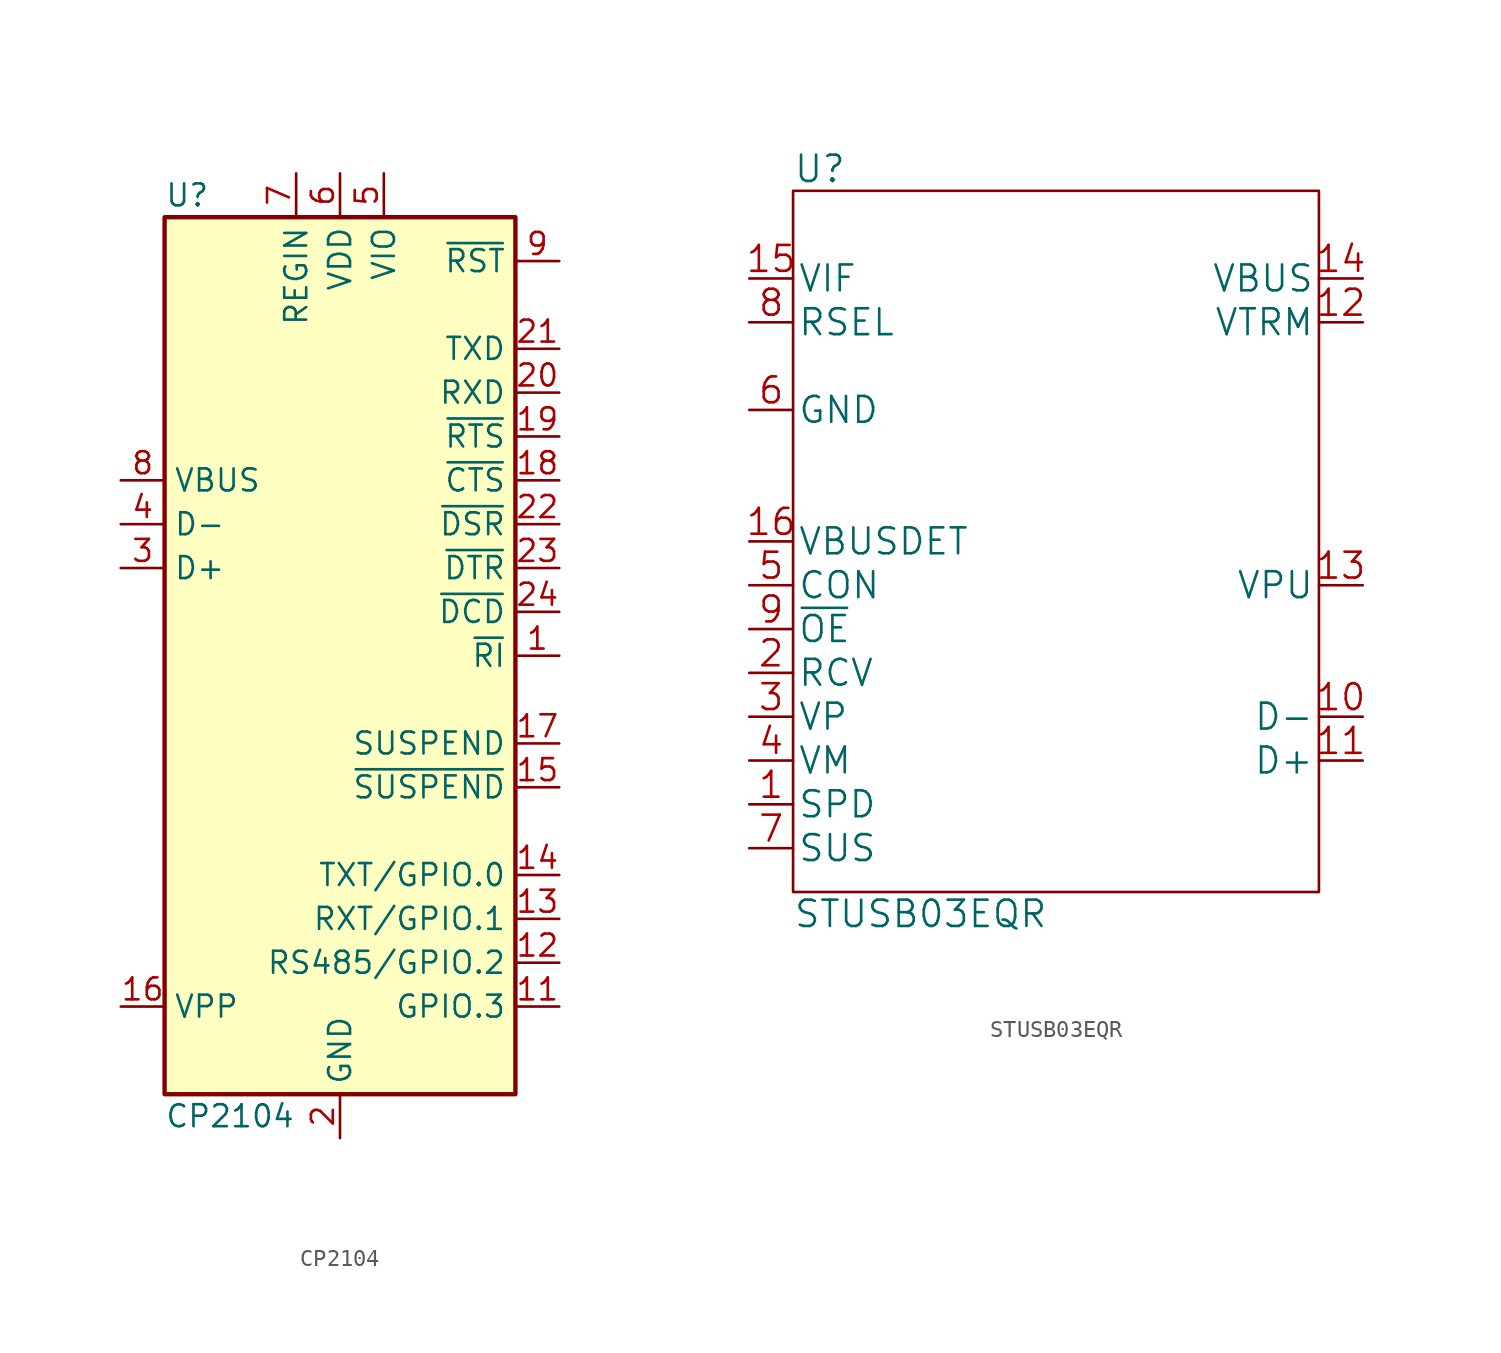
<source format=kicad_sym>
(kicad_symbol_lib
  (version 20220914)
  (generator kicad_symbol_editor)
  (symbol "CP2104"
    (property "Reference" "U"
      (at 0 1.27 0)
      (effects (font (size 1.27 1.27)) (justify left)))
    (property "Value" "CP2104"
      (at 0 -52.07 0)
      (effects (font (size 1.27 1.27)) (justify left)))
    (symbol "CP2104_1_1"
      (rectangle (start 0 0) (end 20.32 -50.8) (stroke (width 0.254) (type default)) (fill (type background)))
      (pin input line (at 22.86 -25.4 180) (length 2.54) (name "~{RI}" (effects (font (size 1.27 1.27)))) (number "1" (effects (font (size 1.27 1.27)))))
      (pin no_connect line (at 22.86 -5.08 180) (length 2.54) hide (name "NC" (effects (font (size 1.27 1.27)))) (number "10" (effects (font (size 1.27 1.27)))))
      (pin bidirectional line (at 22.86 -45.72 180) (length 2.54) (name "GPIO.3" (effects (font (size 1.27 1.27)))) (number "11" (effects (font (size 1.27 1.27)))))
      (pin bidirectional line (at 22.86 -43.18 180) (length 2.54) (name "RS485/GPIO.2" (effects (font (size 1.27 1.27)))) (number "12" (effects (font (size 1.27 1.27)))))
      (pin bidirectional line (at 22.86 -40.64 180) (length 2.54) (name "RXT/GPIO.1" (effects (font (size 1.27 1.27)))) (number "13" (effects (font (size 1.27 1.27)))))
      (pin bidirectional line (at 22.86 -38.1 180) (length 2.54) (name "TXT/GPIO.0" (effects (font (size 1.27 1.27)))) (number "14" (effects (font (size 1.27 1.27)))))
      (pin output line (at 22.86 -33.02 180) (length 2.54) (name "~{SUSPEND}" (effects (font (size 1.27 1.27)))) (number "15" (effects (font (size 1.27 1.27)))))
      (pin passive line (at -2.54 -45.72 0) (length 2.54) (name "VPP" (effects (font (size 1.27 1.27)))) (number "16" (effects (font (size 1.27 1.27)))))
      (pin output line (at 22.86 -30.48 180) (length 2.54) (name "SUSPEND" (effects (font (size 1.27 1.27)))) (number "17" (effects (font (size 1.27 1.27)))))
      (pin input line (at 22.86 -15.24 180) (length 2.54) (name "~{CTS}" (effects (font (size 1.27 1.27)))) (number "18" (effects (font (size 1.27 1.27)))))
      (pin output line (at 22.86 -12.7 180) (length 2.54) (name "~{RTS}" (effects (font (size 1.27 1.27)))) (number "19" (effects (font (size 1.27 1.27)))))
      (pin power_in line (at 10.16 -53.34 90) (length 2.54) (name "GND" (effects (font (size 1.27 1.27)))) (number "2" (effects (font (size 1.27 1.27)))))
      (pin input line (at 22.86 -10.16 180) (length 2.54) (name "RXD" (effects (font (size 1.27 1.27)))) (number "20" (effects (font (size 1.27 1.27)))))
      (pin output line (at 22.86 -7.62 180) (length 2.54) (name "TXD" (effects (font (size 1.27 1.27)))) (number "21" (effects (font (size 1.27 1.27)))))
      (pin input line (at 22.86 -17.78 180) (length 2.54) (name "~{DSR}" (effects (font (size 1.27 1.27)))) (number "22" (effects (font (size 1.27 1.27)))))
      (pin output line (at 22.86 -20.32 180) (length 2.54) (name "~{DTR}" (effects (font (size 1.27 1.27)))) (number "23" (effects (font (size 1.27 1.27)))))
      (pin input line (at 22.86 -22.86 180) (length 2.54) (name "~{DCD}" (effects (font (size 1.27 1.27)))) (number "24" (effects (font (size 1.27 1.27)))))
      (pin passive line (at 10.16 -53.34 90) (length 2.54) hide (name "GND" (effects (font (size 1.27 1.27)))) (number "25" (effects (font (size 1.27 1.27)))))
      (pin bidirectional line (at -2.54 -20.32 0) (length 2.54) (name "D+" (effects (font (size 1.27 1.27)))) (number "3" (effects (font (size 1.27 1.27)))))
      (pin bidirectional line (at -2.54 -17.78 0) (length 2.54) (name "D-" (effects (font (size 1.27 1.27)))) (number "4" (effects (font (size 1.27 1.27)))))
      (pin power_in line (at 12.7 2.54 270) (length 2.54) (name "VIO" (effects (font (size 1.27 1.27)))) (number "5" (effects (font (size 1.27 1.27)))))
      (pin power_in line (at 10.16 2.54 270) (length 2.54) (name "VDD" (effects (font (size 1.27 1.27)))) (number "6" (effects (font (size 1.27 1.27)))))
      (pin power_in line (at 7.62 2.54 270) (length 2.54) (name "REGIN" (effects (font (size 1.27 1.27)))) (number "7" (effects (font (size 1.27 1.27)))))
      (pin input line (at -2.54 -15.24 0) (length 2.54) (name "VBUS" (effects (font (size 1.27 1.27)))) (number "8" (effects (font (size 1.27 1.27)))))
      (pin bidirectional line (at 22.86 -2.54 180) (length 2.54) (name "~{RST}" (effects (font (size 1.27 1.27)))) (number "9" (effects (font (size 1.27 1.27)))))))
  (symbol "STUSB03EQR"
    (pin_names
      (offset 0.254))
    (property "Reference" "U"
      (at 0 1.27 0)
      (effects (font (size 1.524 1.524)) (justify left)))
    (property "Value" "STUSB03EQR"
      (at 0 -41.91 0)
      (effects (font (size 1.524 1.524)) (justify left)))
    (symbol "STUSB03EQR_0_1"
      (rectangle (start 0 0) (end 30.48 -40.64) (stroke (width 0) (type default)) (fill (type none))))
    (symbol "STUSB03EQR_1_1"
      (pin input line (at -2.54 -35.56 0) (length 2.54) (name "SPD" (effects (font (size 1.499 1.499)))) (number "1" (effects (font (size 1.499 1.499)))))
      (pin tri_state line (at 33.02 -30.48 180) (length 2.54) (name "D-" (effects (font (size 1.499 1.499)))) (number "10" (effects (font (size 1.499 1.499)))))
      (pin tri_state line (at 33.02 -33.02 180) (length 2.54) (name "D+" (effects (font (size 1.499 1.499)))) (number "11" (effects (font (size 1.499 1.499)))))
      (pin power_out line (at 33.02 -7.62 180) (length 2.54) (name "VTRM" (effects (font (size 1.499 1.499)))) (number "12" (effects (font (size 1.499 1.499)))))
      (pin power_out line (at 33.02 -22.86 180) (length 2.54) (name "VPU" (effects (font (size 1.499 1.499)))) (number "13" (effects (font (size 1.499 1.499)))))
      (pin power_in line (at 33.02 -5.08 180) (length 2.54) (name "VBUS" (effects (font (size 1.499 1.499)))) (number "14" (effects (font (size 1.499 1.499)))))
      (pin power_in line (at -2.54 -5.08 0) (length 2.54) (name "VIF" (effects (font (size 1.499 1.499)))) (number "15" (effects (font (size 1.499 1.499)))))
      (pin output line (at -2.54 -20.32 0) (length 2.54) (name "VBUSDET" (effects (font (size 1.499 1.499)))) (number "16" (effects (font (size 1.499 1.499)))))
      (pin no_connect line (at 33.02 -38.1 180) (length 2.54) hide (name "NC" (effects (font (size 1.499 1.499)))) (number "17" (effects (font (size 1.499 1.499)))))
      (pin output line (at -2.54 -27.94 0) (length 2.54) (name "RCV" (effects (font (size 1.499 1.499)))) (number "2" (effects (font (size 1.499 1.499)))))
      (pin bidirectional line (at -2.54 -30.48 0) (length 2.54) (name "VP" (effects (font (size 1.499 1.499)))) (number "3" (effects (font (size 1.499 1.499)))))
      (pin bidirectional line (at -2.54 -33.02 0) (length 2.54) (name "VM" (effects (font (size 1.499 1.499)))) (number "4" (effects (font (size 1.499 1.499)))))
      (pin input line (at -2.54 -22.86 0) (length 2.54) (name "CON" (effects (font (size 1.499 1.499)))) (number "5" (effects (font (size 1.499 1.499)))))
      (pin power_in line (at -2.54 -12.7 0) (length 2.54) (name "GND" (effects (font (size 1.499 1.499)))) (number "6" (effects (font (size 1.499 1.499)))))
      (pin input line (at -2.54 -38.1 0) (length 2.54) (name "SUS" (effects (font (size 1.499 1.499)))) (number "7" (effects (font (size 1.499 1.499)))))
      (pin input line (at -2.54 -7.62 0) (length 2.54) (name "RSEL" (effects (font (size 1.499 1.499)))) (number "8" (effects (font (size 1.499 1.499)))))
      (pin input line (at -2.54 -25.4 0) (length 2.54) (name "~{OE}" (effects (font (size 1.499 1.499)))) (number "9" (effects (font (size 1.499 1.499))))))))
</source>
